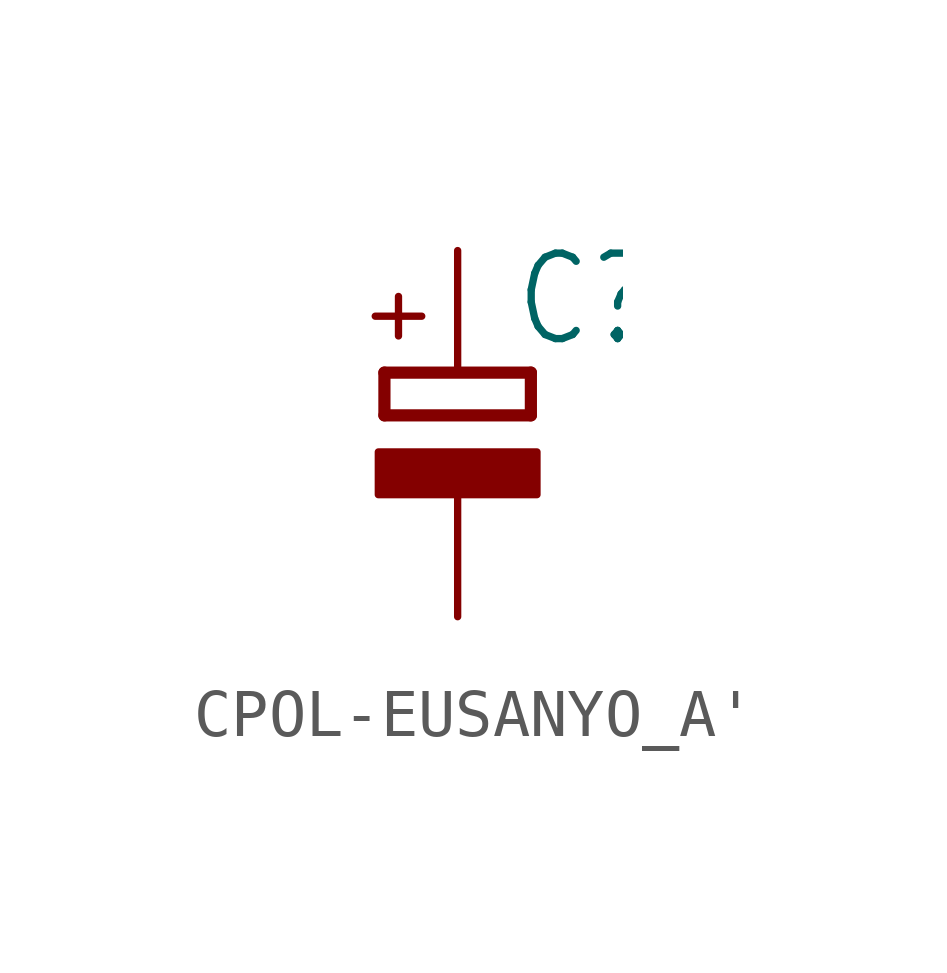
<source format=kicad_sym>
(kicad_symbol_lib
  (version 20231120)
  (generator "kicad_symbol_editor")
  (generator_version "8.0")
  (symbol "CPOL-EUSANYO_A'"
    (property "Reference" "C"
      (at 1.143 0.483 0)
      (effects (font (size 1.778 1.511)) (justify left bottom)))
    (property "Value" ""
      (at 1.143 -4.597 0)
      (effects (font (size 1.778 1.511)) (justify left bottom)))
    (property "ki_locked" ""
      (at 0 0 0)
      (effects (font (size 1.27 1.27))))
    (symbol "CPOL-EUSANYO_A'_1_0"
      (rectangle (start -1.651 -2.54) (end 1.651 -1.651) (stroke (width 0) (type default)) (fill (type outline)))
      (polyline (pts (xy -1.524 -0.889) (xy 1.524 -0.889)) (stroke (width 0.254) (type solid)) (fill (type none)))
      (polyline (pts (xy -1.524 0) (xy -1.524 -0.889)) (stroke (width 0.254) (type solid)) (fill (type none)))
      (polyline (pts (xy -1.524 0) (xy 1.524 0)) (stroke (width 0.254) (type solid)) (fill (type none)))
      (polyline (pts (xy 1.524 -0.889) (xy 1.524 0)) (stroke (width 0.254) (type solid)) (fill (type none)))
      (text "+" (at -0.584 0.406 900) (effects (font (size 1.27 1.079)) (justify left bottom)))
      (pin passive line (at 0 2.54 270) (length 2.54) (name "+" (effects (font (size 0 0)))) (number "+" (effects (font (size 0 0)))))
      (pin passive line (at 0 -5.08 90) (length 2.54) (name "-" (effects (font (size 0 0)))) (number "-" (effects (font (size 0 0))))))))
</source>
